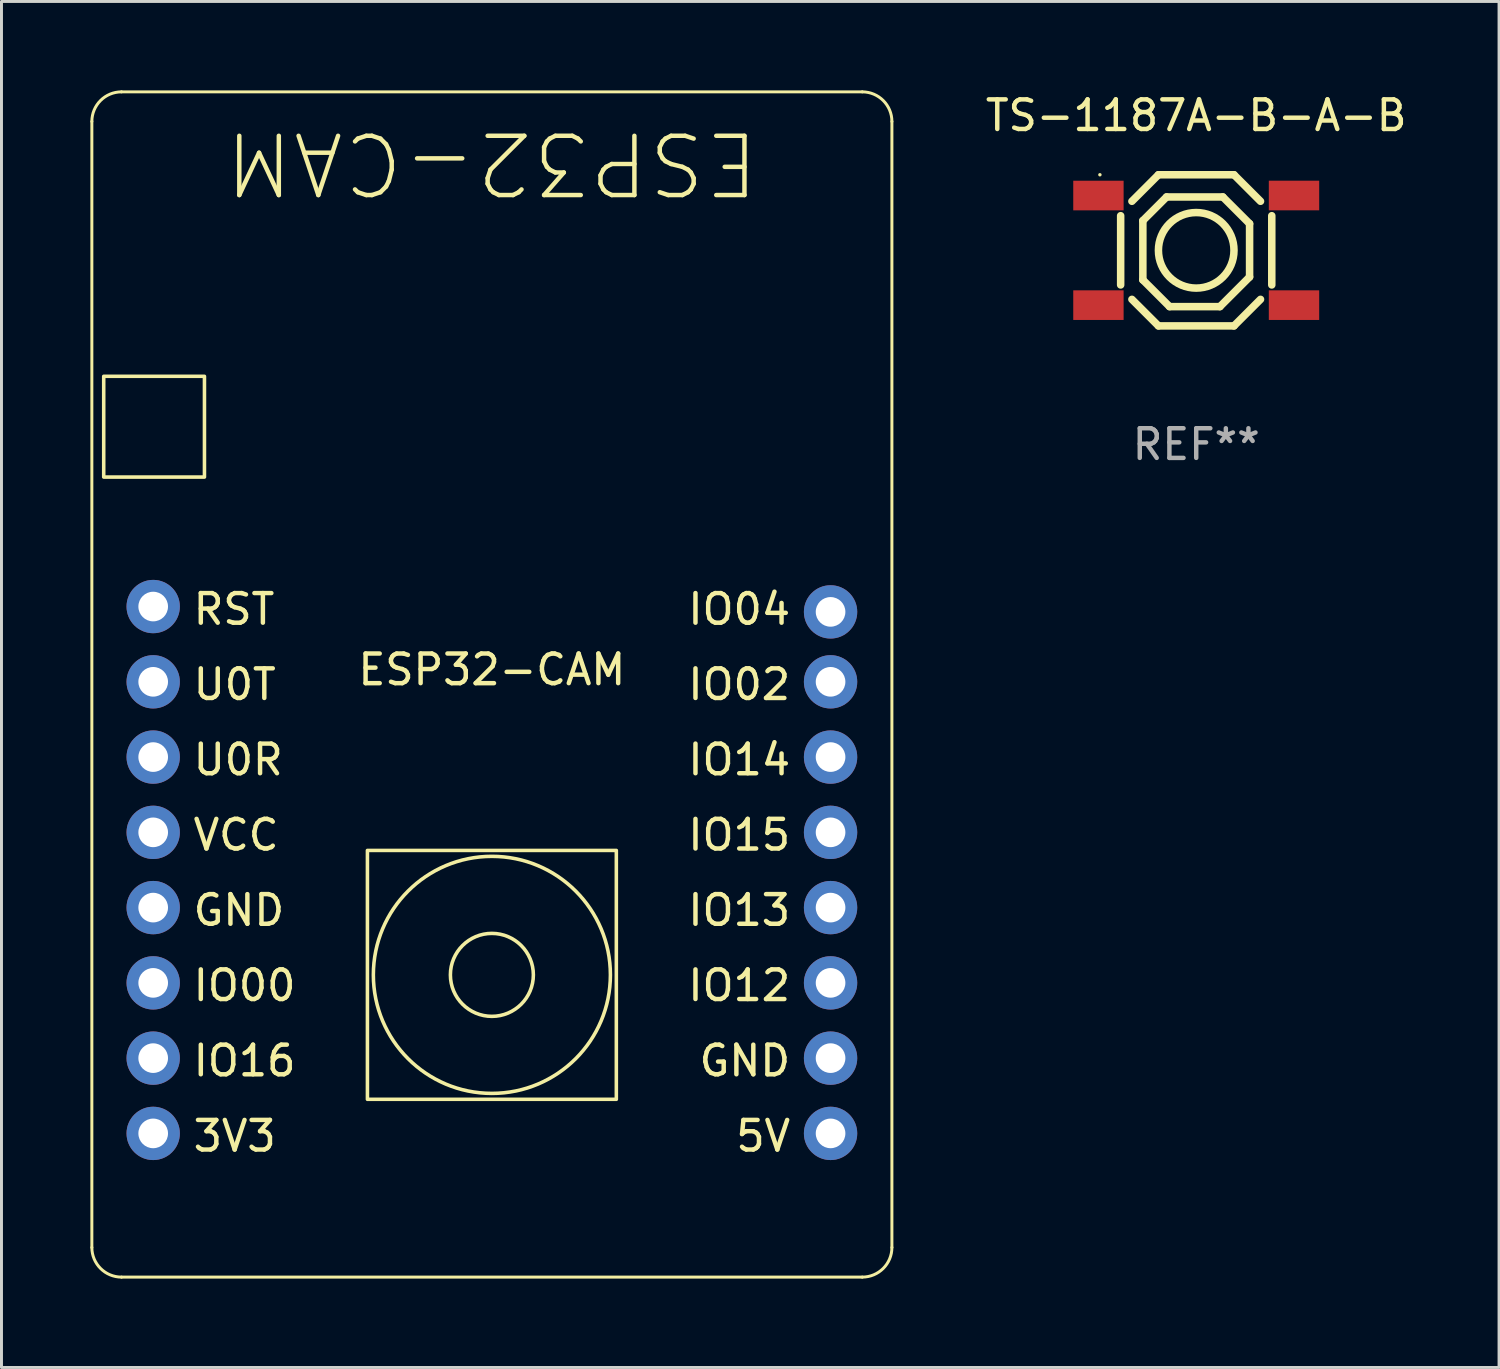
<source format=kicad_pcb>
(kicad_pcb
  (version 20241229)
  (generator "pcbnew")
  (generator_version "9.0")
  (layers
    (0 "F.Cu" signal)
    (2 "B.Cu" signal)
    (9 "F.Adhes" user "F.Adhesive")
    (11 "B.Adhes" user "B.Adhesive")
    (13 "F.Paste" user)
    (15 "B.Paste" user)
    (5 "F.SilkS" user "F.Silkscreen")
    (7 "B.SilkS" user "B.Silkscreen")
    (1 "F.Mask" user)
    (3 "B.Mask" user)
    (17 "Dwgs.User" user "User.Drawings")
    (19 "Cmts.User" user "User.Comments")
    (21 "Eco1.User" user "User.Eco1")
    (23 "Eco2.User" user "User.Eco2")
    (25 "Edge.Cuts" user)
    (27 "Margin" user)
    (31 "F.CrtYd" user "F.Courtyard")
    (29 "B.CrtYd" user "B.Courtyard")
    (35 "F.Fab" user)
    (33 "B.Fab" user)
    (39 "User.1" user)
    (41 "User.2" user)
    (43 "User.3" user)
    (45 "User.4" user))
  (footprint "ESP32-CAM"
    (layer "F.Cu")
    (at 13.55 20.05)
    (property "Reference" "ESP32-CAM" (at 0 -0.5 0) (unlocked yes) (layer "F.SilkS") (effects (font (size 1 1) (thickness 0.15))))
    (fp_line (start -13.5 19) (end -13.5 -19) (stroke (width 0.1) (type solid)) (layer "F.SilkS"))
    (fp_line (start -12.5 -20) (end 12.5 -20) (stroke (width 0.1) (type solid)) (layer "F.SilkS"))
    (fp_line (start 12.5 20) (end -12.5 20) (stroke (width 0.1) (type solid)) (layer "F.SilkS"))
    (fp_line (start 13.5 -19) (end 13.5 19) (stroke (width 0.1) (type solid)) (layer "F.SilkS"))
    (fp_rect (start -13.1 -10.4) (end -9.7 -7) (stroke (width 0.12) (type solid)) (fill no) (layer "F.SilkS"))
    (fp_rect (start -4.2 5.6) (end 4.2 14) (stroke (width 0.12) (type solid)) (fill no) (layer "F.SilkS"))
    (fp_arc (start -13.5 -19.000003) (mid -13.207105 -19.707109) (end -12.499997 -20) (stroke (width 0.1) (type solid)) (layer "F.SilkS"))
    (fp_arc (start -12.500003 20.000003) (mid -13.207109 19.707108) (end -13.5 19) (stroke (width 0.1) (type solid)) (layer "F.SilkS"))
    (fp_arc (start 12.500006 -20.000003) (mid 13.207112 -19.707108) (end 13.500003 -19) (stroke (width 0.1) (type solid)) (layer "F.SilkS"))
    (fp_arc (start 13.500003 19.000003) (mid 13.207108 19.707109) (end 12.5 20) (stroke (width 0.1) (type solid)) (layer "F.SilkS"))
    (fp_circle (center 0 9.8) (end 0 11.2) (stroke (width 0.12) (type solid)) (fill no) (layer "F.SilkS"))
    (fp_circle (center 0 9.8) (end 0 13.8) (stroke (width 0.12) (type solid)) (fill no) (layer "F.SilkS"))
    (fp_text user "ESP32-CAM" (at 0 -17.6 180) (unlocked yes) (layer "F.SilkS") (effects (font (size 2 2) (thickness 0.15))))
    (fp_text user "RST" (at -10.16 -2.54 0) (unlocked yes) (layer "F.SilkS") (effects (font (size 1 1) (thickness 0.15)) (justify left)))
    (fp_text user "IO04" (at 10.16 -2.54 0) (unlocked yes) (layer "F.SilkS") (effects (font (size 1 1) (thickness 0.15)) (justify right)))
    (fp_text user "IO16" (at -10.16 12.7 0) (unlocked yes) (layer "F.SilkS") (effects (font (size 1 1) (thickness 0.15)) (justify left)))
    (fp_text user "GND" (at 10.16 12.7 0) (unlocked yes) (layer "F.SilkS") (effects (font (size 1 1) (thickness 0.15)) (justify right)))
    (fp_text user "5V" (at 10.16 15.24 0) (unlocked yes) (layer "F.SilkS") (effects (font (size 1 1) (thickness 0.15)) (justify right)))
    (fp_text user "IO13" (at 10.16 7.62 0) (unlocked yes) (layer "F.SilkS") (effects (font (size 1 1) (thickness 0.15)) (justify right)))
    (fp_text user "IO00" (at -10.16 10.16 0) (unlocked yes) (layer "F.SilkS") (effects (font (size 1 1) (thickness 0.15)) (justify left)))
    (fp_text user "3V3" (at -10.16 15.24 0) (unlocked yes) (layer "F.SilkS") (effects (font (size 1 1) (thickness 0.15)) (justify left)))
    (fp_text user "U0R" (at -10.16 2.54 0) (unlocked yes) (layer "F.SilkS") (effects (font (size 1 1) (thickness 0.15)) (justify left)))
    (fp_text user "IO15" (at 10.16 5.08 0) (unlocked yes) (layer "F.SilkS") (effects (font (size 1 1) (thickness 0.15)) (justify right)))
    (fp_text user "IO12" (at 10.16 10.16 0) (unlocked yes) (layer "F.SilkS") (effects (font (size 1 1) (thickness 0.15)) (justify right)))
    (fp_text user "IO02" (at 10.16 0 0) (unlocked yes) (layer "F.SilkS") (effects (font (size 1 1) (thickness 0.15)) (justify right)))
    (fp_text user "VCC" (at -10.16 5.08 0) (unlocked yes) (layer "F.SilkS") (effects (font (size 1 1) (thickness 0.15)) (justify left)))
    (fp_text user "GND" (at -10.16 7.62 0) (unlocked yes) (layer "F.SilkS") (effects (font (size 1 1) (thickness 0.15)) (justify left)))
    (fp_text user "U0T" (at -10.16 0 0) (unlocked yes) (layer "F.SilkS") (effects (font (size 1 1) (thickness 0.15)) (justify left)))
    (fp_text user "IO14" (at 10.16 2.54 0) (unlocked yes) (layer "F.SilkS") (effects (font (size 1 1) (thickness 0.15)) (justify right)))
    (pad "1" thru_hole circle (at 11.43 15.15) (size 1.8 1.8) (drill 1) (layers "*.Cu" "*.Mask"))
    (pad "2" thru_hole circle (at 11.43 12.61) (size 1.8 1.8) (drill 1) (layers "*.Cu" "*.Mask"))
    (pad "3" thru_hole circle (at 11.43 10.07) (size 1.8 1.8) (drill 1) (layers "*.Cu" "*.Mask"))
    (pad "4" thru_hole circle (at 11.43 7.53) (size 1.8 1.8) (drill 1) (layers "*.Cu" "*.Mask"))
    (pad "5" thru_hole circle (at 11.43 4.99) (size 1.8 1.8) (drill 1) (layers "*.Cu" "*.Mask"))
    (pad "6" thru_hole circle (at 11.43 2.45) (size 1.8 1.8) (drill 1) (layers "*.Cu" "*.Mask"))
    (pad "7" thru_hole circle (at 11.43 -0.09) (size 1.8 1.8) (drill 1) (layers "*.Cu" "*.Mask"))
    (pad "8" thru_hole circle (at 11.43 -2.45) (size 1.8 1.8) (drill 1) (layers "*.Cu" "*.Mask"))
    (pad "9" thru_hole circle (at -11.43 15.15) (size 1.8 1.8) (drill 1) (layers "*.Cu" "*.Mask"))
    (pad "10" thru_hole circle (at -11.43 12.61) (size 1.8 1.8) (drill 1) (layers "*.Cu" "*.Mask"))
    (pad "11" thru_hole circle (at -11.43 10.07) (size 1.8 1.8) (drill 1) (layers "*.Cu" "*.Mask"))
    (pad "12" thru_hole circle (at -11.43 7.53) (size 1.8 1.8) (drill 1) (layers "*.Cu" "*.Mask"))
    (pad "13" thru_hole circle (at -11.43 4.99) (size 1.8 1.8) (drill 1) (layers "*.Cu" "*.Mask"))
    (pad "14" thru_hole circle (at -11.43 2.45) (size 1.8 1.8) (drill 1) (layers "*.Cu" "*.Mask"))
    (pad "15" thru_hole circle (at -11.43 -0.09) (size 1.8 1.8) (drill 1) (layers "*.Cu" "*.Mask"))
    (pad "16" thru_hole circle (at -11.43 -2.63) (size 1.8 1.8) (drill 1) (layers "*.Cu" "*.Mask"))
    (zone (net_name "") (layers "F.Cu" "B.Cu") (hatch edge 0.508) (connect_pads) (min_thickness 0.254) (filled_areas_thickness no) (keepout (tracks not_allowed) (vias not_allowed) (pads not_allowed) (copperpour not_allowed) (footprints not_allowed)) (placement (enabled no)) (fill) (polygon (pts (xy 27.05 6.55) (xy 0.05 6.55) (xy 0.05 0.05) (xy 27.05 0.05)))))
  (footprint "TS-1187A-B-A-B"
    (layer "F.Cu")
    (at 37.32 5.398)
    (property "Reference" "TS-1187A-B-A-B" (at 0 -4.55 0) (layer "F.SilkS") (effects (font (size 1 1) (thickness 0.15))))
    (attr through_hole)
    (fp_line (start -2.55 -1.168) (end -2.55 1.168) (stroke (width 0.254) (type solid)) (layer "F.SilkS"))
    (fp_line (start -2.17 1.655) (end -1.275 2.55) (stroke (width 0.254) (type solid)) (layer "F.SilkS"))
    (fp_line (start -1.801 -1.001) (end -1.001 -1.801) (stroke (width 0.254) (type solid)) (layer "F.SilkS"))
    (fp_line (start -1.801 0.998) (end -1.801 -1.001) (stroke (width 0.254) (type solid)) (layer "F.SilkS"))
    (fp_line (start -1.275 -2.55) (end -2.17 -1.655) (stroke (width 0.254) (type solid)) (layer "F.SilkS"))
    (fp_line (start -1.275 -2.55) (end 1.275 -2.55) (stroke (width 0.254) (type solid)) (layer "F.SilkS"))
    (fp_line (start -1.275 2.55) (end 1.275 2.55) (stroke (width 0.254) (type solid)) (layer "F.SilkS"))
    (fp_line (start -1.001 -1.801) (end 0.899 -1.801) (stroke (width 0.254) (type solid)) (layer "F.SilkS"))
    (fp_line (start -0.899 1.9) (end -1.801 0.998) (stroke (width 0.254) (type solid)) (layer "F.SilkS"))
    (fp_line (start 0.8 1.9) (end -0.899 1.9) (stroke (width 0.254) (type solid)) (layer "F.SilkS"))
    (fp_line (start 0.899 -1.801) (end 1.801 -0.899) (stroke (width 0.254) (type solid)) (layer "F.SilkS"))
    (fp_line (start 1.275 -2.55) (end 2.17 -1.655) (stroke (width 0.254) (type solid)) (layer "F.SilkS"))
    (fp_line (start 1.801 -0.899) (end 1.801 0.899) (stroke (width 0.254) (type solid)) (layer "F.SilkS"))
    (fp_line (start 1.801 0.899) (end 0.8 1.9) (stroke (width 0.254) (type solid)) (layer "F.SilkS"))
    (fp_line (start 2.17 1.655) (end 1.275 2.55) (stroke (width 0.254) (type solid)) (layer "F.SilkS"))
    (fp_line (start 2.55 -1.168) (end 2.55 1.168) (stroke (width 0.254) (type solid)) (layer "F.SilkS"))
    (fp_circle (center -3.25 -2.55) (end -3.22 -2.55) (stroke (width 0.06) (type solid)) (fill no) (layer "F.SilkS"))
    (fp_circle (center 0 0) (end 1.275 0) (stroke (width 0.254) (type solid)) (fill no) (layer "F.SilkS"))
    (fp_text user "REF**" (at 0 6.55 0) (layer "F.Fab") (effects (font (size 1 1) (thickness 0.15))))
    (pad "1" smd rect (at -3.3 -1.849) (size 1.7 1) (layers "F.Cu" "F.Mask" "F.Paste"))
    (pad "2" smd rect (at 3.3 -1.85) (size 1.7 1) (layers "F.Cu" "F.Mask" "F.Paste"))
    (pad "3" smd rect (at -3.3 1.85) (size 1.7 1) (layers "F.Cu" "F.Mask" "F.Paste"))
    (pad "4" smd rect (at 3.3 1.85) (size 1.7 1) (layers "F.Cu" "F.Mask" "F.Paste")))
  (gr_rect
    (start -3 -3)
    (end 47.54 43.1)
    (stroke (width 0.1) (type default))
    (fill no)
    (layer "Edge.Cuts")))
</source>
